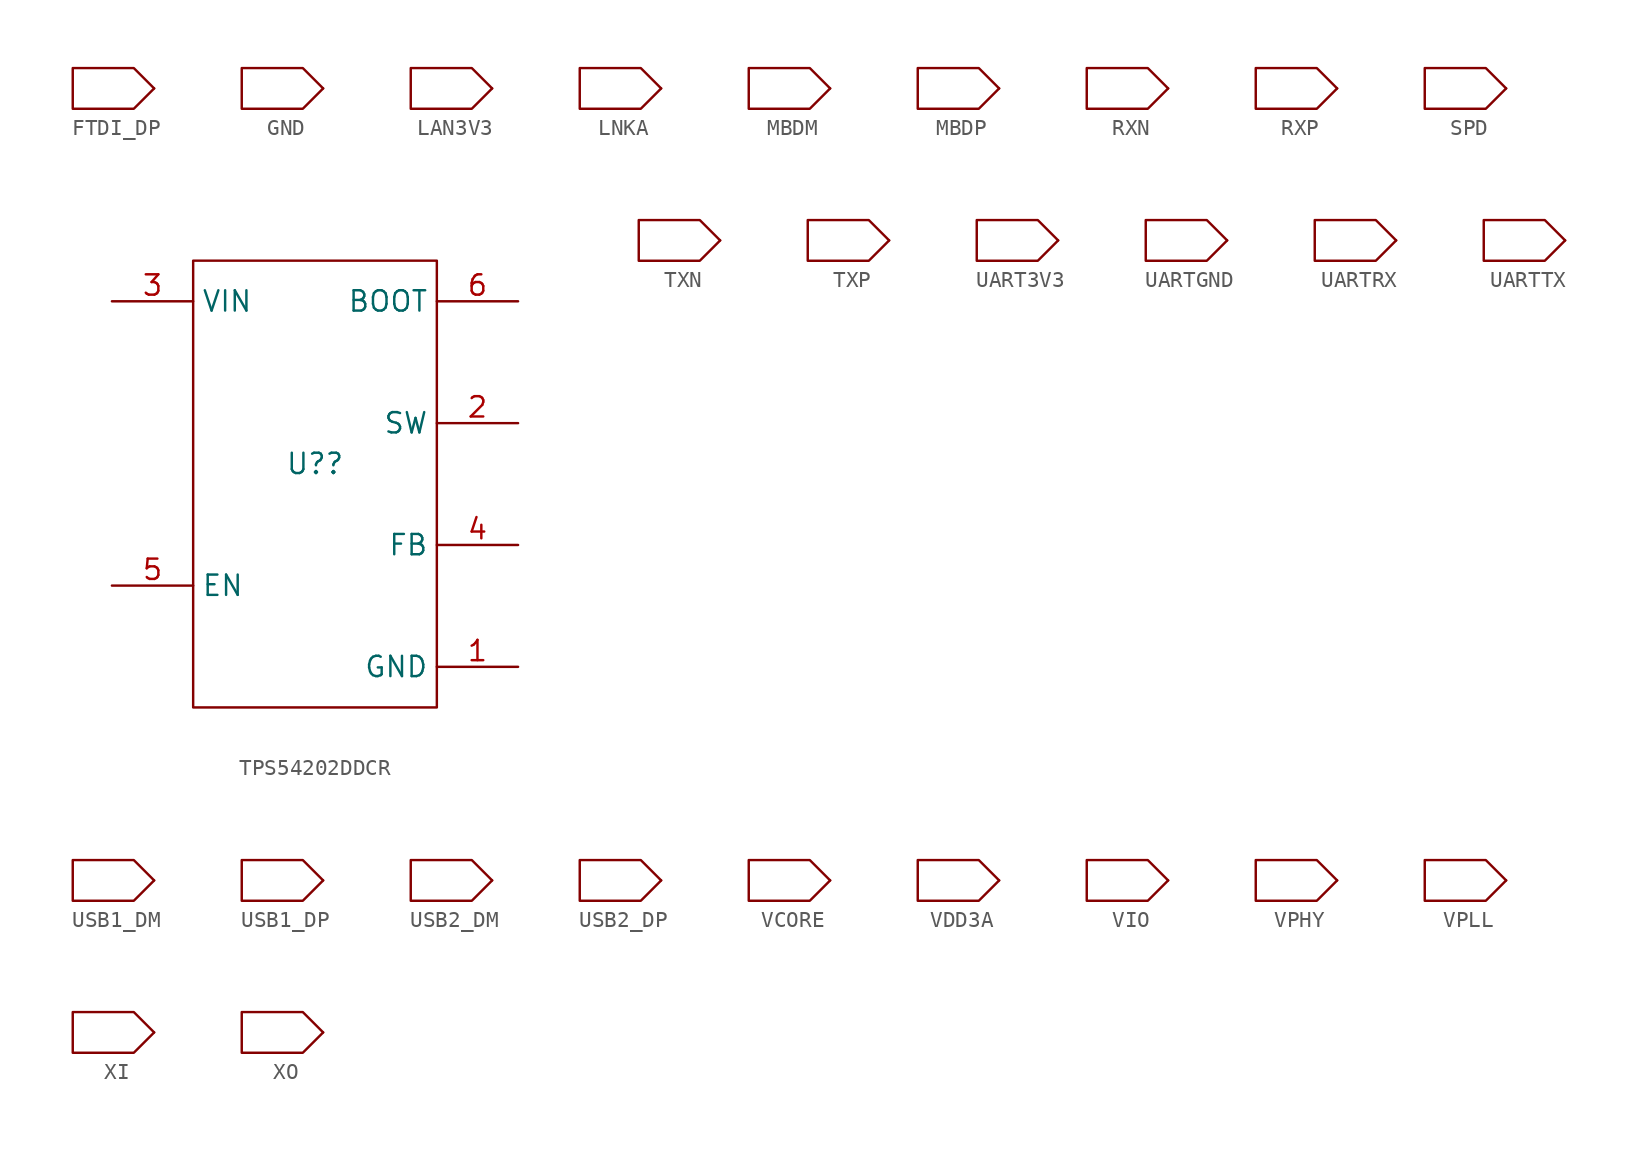
<source format=kicad_sym>
(kicad_symbol_lib
  (version 20231120)
  (generator "kicad_symbol_editor")
  (generator_version "8.0")
  (symbol "FTDI_DP"
    (power)
    (pin_numbers hide)
    (pin_names hide)
    (property "Reference" "#PWR"
      (at 0 0 0)
      (effects (font (size 1.27 1.27)) (hide yes)))
    (property "Value" ""
      (at 0 0 0)
      (effects (font (size 1.27 1.27))))
    (symbol "FTDI_DP_1_0"
      (polyline (pts (xy 0 0) (xy -1.27 -1.27) (xy -1.27 -1.27) (xy -5.08 -1.27) (xy -5.08 -1.27) (xy -5.08 1.27) (xy -5.08 1.27) (xy -1.27 1.27) (xy -1.27 1.27) (xy 0 0)) (stroke (width 0) (type default)) (fill (type none)))
      (pin input line (at 0 0 0) (length 0) (name "" (effects (font (size 0.025 0.025)))) (number "1" (effects (font (size 0 0)))))))
  (symbol "GND"
    (power)
    (pin_numbers hide)
    (pin_names hide)
    (property "Reference" "#PWR"
      (at 0 0 0)
      (effects (font (size 1.27 1.27)) (hide yes)))
    (property "Value" ""
      (at 0 0 0)
      (effects (font (size 1.27 1.27))))
    (symbol "GND_1_0"
      (polyline (pts (xy 0 0) (xy -1.27 -1.27) (xy -1.27 -1.27) (xy -5.08 -1.27) (xy -5.08 -1.27) (xy -5.08 1.27) (xy -5.08 1.27) (xy -1.27 1.27) (xy -1.27 1.27) (xy 0 0)) (stroke (width 0) (type default)) (fill (type none)))
      (pin input line (at 0 0 0) (length 0) (name "" (effects (font (size 0.025 0.025)))) (number "1" (effects (font (size 0 0)))))))
  (symbol "LAN3V3"
    (power)
    (pin_numbers hide)
    (pin_names hide)
    (property "Reference" "#PWR"
      (at 0 0 0)
      (effects (font (size 1.27 1.27)) (hide yes)))
    (property "Value" ""
      (at 0 0 0)
      (effects (font (size 1.27 1.27))))
    (symbol "LAN3V3_1_0"
      (polyline (pts (xy 0 0) (xy -1.27 -1.27) (xy -1.27 -1.27) (xy -5.08 -1.27) (xy -5.08 -1.27) (xy -5.08 1.27) (xy -5.08 1.27) (xy -1.27 1.27) (xy -1.27 1.27) (xy 0 0)) (stroke (width 0) (type default)) (fill (type none)))
      (pin input line (at 0 0 0) (length 0) (name "" (effects (font (size 0.025 0.025)))) (number "1" (effects (font (size 0 0)))))))
  (symbol "LNKA"
    (power)
    (pin_numbers hide)
    (pin_names hide)
    (property "Reference" "#PWR"
      (at 0 0 0)
      (effects (font (size 1.27 1.27)) (hide yes)))
    (property "Value" ""
      (at 0 0 0)
      (effects (font (size 1.27 1.27))))
    (symbol "LNKA_1_0"
      (polyline (pts (xy 0 0) (xy -1.27 -1.27) (xy -1.27 -1.27) (xy -5.08 -1.27) (xy -5.08 -1.27) (xy -5.08 1.27) (xy -5.08 1.27) (xy -1.27 1.27) (xy -1.27 1.27) (xy 0 0)) (stroke (width 0) (type default)) (fill (type none)))
      (pin input line (at 0 0 0) (length 0) (name "" (effects (font (size 0.025 0.025)))) (number "1" (effects (font (size 0 0)))))))
  (symbol "MBDM"
    (power)
    (pin_numbers hide)
    (pin_names hide)
    (property "Reference" "#PWR"
      (at 0 0 0)
      (effects (font (size 1.27 1.27)) (hide yes)))
    (property "Value" ""
      (at 0 0 0)
      (effects (font (size 1.27 1.27))))
    (symbol "MBDM_1_0"
      (polyline (pts (xy 0 0) (xy -1.27 -1.27) (xy -1.27 -1.27) (xy -5.08 -1.27) (xy -5.08 -1.27) (xy -5.08 1.27) (xy -5.08 1.27) (xy -1.27 1.27) (xy -1.27 1.27) (xy 0 0)) (stroke (width 0) (type default)) (fill (type none)))
      (pin input line (at 0 0 0) (length 0) (name "" (effects (font (size 0.025 0.025)))) (number "1" (effects (font (size 0 0)))))))
  (symbol "MBDP"
    (power)
    (pin_numbers hide)
    (pin_names hide)
    (property "Reference" "#PWR"
      (at 0 0 0)
      (effects (font (size 1.27 1.27)) (hide yes)))
    (property "Value" ""
      (at 0 0 0)
      (effects (font (size 1.27 1.27))))
    (symbol "MBDP_1_0"
      (polyline (pts (xy 0 0) (xy -1.27 -1.27) (xy -1.27 -1.27) (xy -5.08 -1.27) (xy -5.08 -1.27) (xy -5.08 1.27) (xy -5.08 1.27) (xy -1.27 1.27) (xy -1.27 1.27) (xy 0 0)) (stroke (width 0) (type default)) (fill (type none)))
      (pin input line (at 0 0 0) (length 0) (name "" (effects (font (size 0.025 0.025)))) (number "1" (effects (font (size 0 0)))))))
  (symbol "RXN"
    (power)
    (pin_numbers hide)
    (pin_names hide)
    (property "Reference" "#PWR"
      (at 0 0 0)
      (effects (font (size 1.27 1.27)) (hide yes)))
    (property "Value" ""
      (at 0 0 0)
      (effects (font (size 1.27 1.27))))
    (symbol "RXN_1_0"
      (polyline (pts (xy 0 0) (xy -1.27 -1.27) (xy -1.27 -1.27) (xy -5.08 -1.27) (xy -5.08 -1.27) (xy -5.08 1.27) (xy -5.08 1.27) (xy -1.27 1.27) (xy -1.27 1.27) (xy 0 0)) (stroke (width 0) (type default)) (fill (type none)))
      (pin input line (at 0 0 0) (length 0) (name "" (effects (font (size 0.025 0.025)))) (number "1" (effects (font (size 0 0)))))))
  (symbol "RXP"
    (power)
    (pin_numbers hide)
    (pin_names hide)
    (property "Reference" "#PWR"
      (at 0 0 0)
      (effects (font (size 1.27 1.27)) (hide yes)))
    (property "Value" ""
      (at 0 0 0)
      (effects (font (size 1.27 1.27))))
    (symbol "RXP_1_0"
      (polyline (pts (xy 0 0) (xy -1.27 -1.27) (xy -1.27 -1.27) (xy -5.08 -1.27) (xy -5.08 -1.27) (xy -5.08 1.27) (xy -5.08 1.27) (xy -1.27 1.27) (xy -1.27 1.27) (xy 0 0)) (stroke (width 0) (type default)) (fill (type none)))
      (pin input line (at 0 0 0) (length 0) (name "" (effects (font (size 0.025 0.025)))) (number "1" (effects (font (size 0 0)))))))
  (symbol "SPD"
    (power)
    (pin_numbers hide)
    (pin_names hide)
    (property "Reference" "#PWR"
      (at 0 0 0)
      (effects (font (size 1.27 1.27)) (hide yes)))
    (property "Value" ""
      (at 0 0 0)
      (effects (font (size 1.27 1.27))))
    (symbol "SPD_1_0"
      (polyline (pts (xy 0 0) (xy -1.27 -1.27) (xy -1.27 -1.27) (xy -5.08 -1.27) (xy -5.08 -1.27) (xy -5.08 1.27) (xy -5.08 1.27) (xy -1.27 1.27) (xy -1.27 1.27) (xy 0 0)) (stroke (width 0) (type default)) (fill (type none)))
      (pin input line (at 0 0 0) (length 0) (name "" (effects (font (size 0.025 0.025)))) (number "1" (effects (font (size 0 0)))))))
  (symbol "TPS54202DDCR"
    (property "Reference" "U?"
      (at 0 0 0)
      (effects (font (size 1.27 1.27))))
    (property "Value" ""
      (at 0 0 0)
      (effects (font (size 1.27 1.27))))
    (symbol "TPS54202DDCR_1_0"
      (rectangle (start -7.62 -15.24) (end 7.62 12.7) (stroke (width 0) (type default)) (fill (type none)))
      (pin unspecified line (at 12.7 -12.7 180) (length 5.08) (name "GND" (effects (font (size 1.27 1.27)))) (number "1" (effects (font (size 1.27 1.27)))))
      (pin unspecified line (at 12.7 2.54 180) (length 5.08) (name "SW" (effects (font (size 1.27 1.27)))) (number "2" (effects (font (size 1.27 1.27)))))
      (pin unspecified line (at -12.7 10.16 0) (length 5.08) (name "VIN" (effects (font (size 1.27 1.27)))) (number "3" (effects (font (size 1.27 1.27)))))
      (pin unspecified line (at 12.7 -5.08 180) (length 5.08) (name "FB" (effects (font (size 1.27 1.27)))) (number "4" (effects (font (size 1.27 1.27)))))
      (pin unspecified line (at -12.7 -7.62 0) (length 5.08) (name "EN" (effects (font (size 1.27 1.27)))) (number "5" (effects (font (size 1.27 1.27)))))
      (pin unspecified line (at 12.7 10.16 180) (length 5.08) (name "BOOT" (effects (font (size 1.27 1.27)))) (number "6" (effects (font (size 1.27 1.27)))))))
  (symbol "TXN"
    (power)
    (pin_numbers hide)
    (pin_names hide)
    (property "Reference" "#PWR"
      (at 0 0 0)
      (effects (font (size 1.27 1.27)) (hide yes)))
    (property "Value" ""
      (at 0 0 0)
      (effects (font (size 1.27 1.27))))
    (symbol "TXN_1_0"
      (polyline (pts (xy 0 0) (xy -1.27 -1.27) (xy -1.27 -1.27) (xy -5.08 -1.27) (xy -5.08 -1.27) (xy -5.08 1.27) (xy -5.08 1.27) (xy -1.27 1.27) (xy -1.27 1.27) (xy 0 0)) (stroke (width 0) (type default)) (fill (type none)))
      (pin input line (at 0 0 0) (length 0) (name "" (effects (font (size 0.025 0.025)))) (number "1" (effects (font (size 0 0)))))))
  (symbol "TXP"
    (power)
    (pin_numbers hide)
    (pin_names hide)
    (property "Reference" "#PWR"
      (at 0 0 0)
      (effects (font (size 1.27 1.27)) (hide yes)))
    (property "Value" ""
      (at 0 0 0)
      (effects (font (size 1.27 1.27))))
    (symbol "TXP_1_0"
      (polyline (pts (xy 0 0) (xy -1.27 -1.27) (xy -1.27 -1.27) (xy -5.08 -1.27) (xy -5.08 -1.27) (xy -5.08 1.27) (xy -5.08 1.27) (xy -1.27 1.27) (xy -1.27 1.27) (xy 0 0)) (stroke (width 0) (type default)) (fill (type none)))
      (pin input line (at 0 0 0) (length 0) (name "" (effects (font (size 0.025 0.025)))) (number "1" (effects (font (size 0 0)))))))
  (symbol "UART3V3"
    (power)
    (pin_numbers hide)
    (pin_names hide)
    (property "Reference" "#PWR"
      (at 0 0 0)
      (effects (font (size 1.27 1.27)) (hide yes)))
    (property "Value" ""
      (at 0 0 0)
      (effects (font (size 1.27 1.27))))
    (symbol "UART3V3_1_0"
      (polyline (pts (xy 0 0) (xy -1.27 -1.27) (xy -1.27 -1.27) (xy -5.08 -1.27) (xy -5.08 -1.27) (xy -5.08 1.27) (xy -5.08 1.27) (xy -1.27 1.27) (xy -1.27 1.27) (xy 0 0)) (stroke (width 0) (type default)) (fill (type none)))
      (pin input line (at 0 0 0) (length 0) (name "" (effects (font (size 0.025 0.025)))) (number "1" (effects (font (size 0 0)))))))
  (symbol "UARTGND"
    (power)
    (pin_numbers hide)
    (pin_names hide)
    (property "Reference" "#PWR"
      (at 0 0 0)
      (effects (font (size 1.27 1.27)) (hide yes)))
    (property "Value" ""
      (at 0 0 0)
      (effects (font (size 1.27 1.27))))
    (symbol "UARTGND_1_0"
      (polyline (pts (xy 0 0) (xy -1.27 -1.27) (xy -1.27 -1.27) (xy -5.08 -1.27) (xy -5.08 -1.27) (xy -5.08 1.27) (xy -5.08 1.27) (xy -1.27 1.27) (xy -1.27 1.27) (xy 0 0)) (stroke (width 0) (type default)) (fill (type none)))
      (pin input line (at 0 0 0) (length 0) (name "" (effects (font (size 0.025 0.025)))) (number "1" (effects (font (size 0 0)))))))
  (symbol "UARTRX"
    (power)
    (pin_numbers hide)
    (pin_names hide)
    (property "Reference" "#PWR"
      (at 0 0 0)
      (effects (font (size 1.27 1.27)) (hide yes)))
    (property "Value" ""
      (at 0 0 0)
      (effects (font (size 1.27 1.27))))
    (symbol "UARTRX_1_0"
      (polyline (pts (xy 0 0) (xy -1.27 -1.27) (xy -1.27 -1.27) (xy -5.08 -1.27) (xy -5.08 -1.27) (xy -5.08 1.27) (xy -5.08 1.27) (xy -1.27 1.27) (xy -1.27 1.27) (xy 0 0)) (stroke (width 0) (type default)) (fill (type none)))
      (pin input line (at 0 0 0) (length 0) (name "" (effects (font (size 0.025 0.025)))) (number "1" (effects (font (size 0 0)))))))
  (symbol "UARTTX"
    (power)
    (pin_numbers hide)
    (pin_names hide)
    (property "Reference" "#PWR"
      (at 0 0 0)
      (effects (font (size 1.27 1.27)) (hide yes)))
    (property "Value" ""
      (at 0 0 0)
      (effects (font (size 1.27 1.27))))
    (symbol "UARTTX_1_0"
      (polyline (pts (xy 0 0) (xy -1.27 -1.27) (xy -1.27 -1.27) (xy -5.08 -1.27) (xy -5.08 -1.27) (xy -5.08 1.27) (xy -5.08 1.27) (xy -1.27 1.27) (xy -1.27 1.27) (xy 0 0)) (stroke (width 0) (type default)) (fill (type none)))
      (pin input line (at 0 0 0) (length 0) (name "" (effects (font (size 0.025 0.025)))) (number "1" (effects (font (size 0 0)))))))
  (symbol "USB1_DM"
    (power)
    (pin_numbers hide)
    (pin_names hide)
    (property "Reference" "#PWR"
      (at 0 0 0)
      (effects (font (size 1.27 1.27)) (hide yes)))
    (property "Value" ""
      (at 0 0 0)
      (effects (font (size 1.27 1.27))))
    (symbol "USB1_DM_1_0"
      (polyline (pts (xy 0 0) (xy -1.27 -1.27) (xy -1.27 -1.27) (xy -5.08 -1.27) (xy -5.08 -1.27) (xy -5.08 1.27) (xy -5.08 1.27) (xy -1.27 1.27) (xy -1.27 1.27) (xy 0 0)) (stroke (width 0) (type default)) (fill (type none)))
      (pin input line (at 0 0 0) (length 0) (name "" (effects (font (size 0.025 0.025)))) (number "1" (effects (font (size 0 0)))))))
  (symbol "USB1_DP"
    (power)
    (pin_numbers hide)
    (pin_names hide)
    (property "Reference" "#PWR"
      (at 0 0 0)
      (effects (font (size 1.27 1.27)) (hide yes)))
    (property "Value" ""
      (at 0 0 0)
      (effects (font (size 1.27 1.27))))
    (symbol "USB1_DP_1_0"
      (polyline (pts (xy 0 0) (xy -1.27 -1.27) (xy -1.27 -1.27) (xy -5.08 -1.27) (xy -5.08 -1.27) (xy -5.08 1.27) (xy -5.08 1.27) (xy -1.27 1.27) (xy -1.27 1.27) (xy 0 0)) (stroke (width 0) (type default)) (fill (type none)))
      (pin input line (at 0 0 0) (length 0) (name "" (effects (font (size 0.025 0.025)))) (number "1" (effects (font (size 0 0)))))))
  (symbol "USB2_DM"
    (power)
    (pin_numbers hide)
    (pin_names hide)
    (property "Reference" "#PWR"
      (at 0 0 0)
      (effects (font (size 1.27 1.27)) (hide yes)))
    (property "Value" ""
      (at 0 0 0)
      (effects (font (size 1.27 1.27))))
    (symbol "USB2_DM_1_0"
      (polyline (pts (xy 0 0) (xy -1.27 -1.27) (xy -1.27 -1.27) (xy -5.08 -1.27) (xy -5.08 -1.27) (xy -5.08 1.27) (xy -5.08 1.27) (xy -1.27 1.27) (xy -1.27 1.27) (xy 0 0)) (stroke (width 0) (type default)) (fill (type none)))
      (pin input line (at 0 0 0) (length 0) (name "" (effects (font (size 0.025 0.025)))) (number "1" (effects (font (size 0 0)))))))
  (symbol "USB2_DP"
    (power)
    (pin_numbers hide)
    (pin_names hide)
    (property "Reference" "#PWR"
      (at 0 0 0)
      (effects (font (size 1.27 1.27)) (hide yes)))
    (property "Value" ""
      (at 0 0 0)
      (effects (font (size 1.27 1.27))))
    (symbol "USB2_DP_1_0"
      (polyline (pts (xy 0 0) (xy -1.27 -1.27) (xy -1.27 -1.27) (xy -5.08 -1.27) (xy -5.08 -1.27) (xy -5.08 1.27) (xy -5.08 1.27) (xy -1.27 1.27) (xy -1.27 1.27) (xy 0 0)) (stroke (width 0) (type default)) (fill (type none)))
      (pin input line (at 0 0 0) (length 0) (name "" (effects (font (size 0.025 0.025)))) (number "1" (effects (font (size 0 0)))))))
  (symbol "VCORE"
    (power)
    (pin_numbers hide)
    (pin_names hide)
    (property "Reference" "#PWR"
      (at 0 0 0)
      (effects (font (size 1.27 1.27)) (hide yes)))
    (property "Value" ""
      (at 0 0 0)
      (effects (font (size 1.27 1.27))))
    (symbol "VCORE_1_0"
      (polyline (pts (xy 0 0) (xy -1.27 -1.27) (xy -1.27 -1.27) (xy -5.08 -1.27) (xy -5.08 -1.27) (xy -5.08 1.27) (xy -5.08 1.27) (xy -1.27 1.27) (xy -1.27 1.27) (xy 0 0)) (stroke (width 0) (type default)) (fill (type none)))
      (pin input line (at 0 0 0) (length 0) (name "" (effects (font (size 0.025 0.025)))) (number "1" (effects (font (size 0 0)))))))
  (symbol "VDD3A"
    (power)
    (pin_numbers hide)
    (pin_names hide)
    (property "Reference" "#PWR"
      (at 0 0 0)
      (effects (font (size 1.27 1.27)) (hide yes)))
    (property "Value" ""
      (at 0 0 0)
      (effects (font (size 1.27 1.27))))
    (symbol "VDD3A_1_0"
      (polyline (pts (xy 0 0) (xy -1.27 -1.27) (xy -1.27 -1.27) (xy -5.08 -1.27) (xy -5.08 -1.27) (xy -5.08 1.27) (xy -5.08 1.27) (xy -1.27 1.27) (xy -1.27 1.27) (xy 0 0)) (stroke (width 0) (type default)) (fill (type none)))
      (pin input line (at 0 0 0) (length 0) (name "" (effects (font (size 0.025 0.025)))) (number "1" (effects (font (size 0 0)))))))
  (symbol "VIO"
    (power)
    (pin_numbers hide)
    (pin_names hide)
    (property "Reference" "#PWR"
      (at 0 0 0)
      (effects (font (size 1.27 1.27)) (hide yes)))
    (property "Value" ""
      (at 0 0 0)
      (effects (font (size 1.27 1.27))))
    (symbol "VIO_1_0"
      (polyline (pts (xy 0 0) (xy -1.27 -1.27) (xy -1.27 -1.27) (xy -5.08 -1.27) (xy -5.08 -1.27) (xy -5.08 1.27) (xy -5.08 1.27) (xy -1.27 1.27) (xy -1.27 1.27) (xy 0 0)) (stroke (width 0) (type default)) (fill (type none)))
      (pin input line (at 0 0 0) (length 0) (name "" (effects (font (size 0.025 0.025)))) (number "1" (effects (font (size 0 0)))))))
  (symbol "VPHY"
    (power)
    (pin_numbers hide)
    (pin_names hide)
    (property "Reference" "#PWR"
      (at 0 0 0)
      (effects (font (size 1.27 1.27)) (hide yes)))
    (property "Value" ""
      (at 0 0 0)
      (effects (font (size 1.27 1.27))))
    (symbol "VPHY_1_0"
      (polyline (pts (xy 0 0) (xy -1.27 -1.27) (xy -1.27 -1.27) (xy -5.08 -1.27) (xy -5.08 -1.27) (xy -5.08 1.27) (xy -5.08 1.27) (xy -1.27 1.27) (xy -1.27 1.27) (xy 0 0)) (stroke (width 0) (type default)) (fill (type none)))
      (pin input line (at 0 0 0) (length 0) (name "" (effects (font (size 0.025 0.025)))) (number "1" (effects (font (size 0 0)))))))
  (symbol "VPLL"
    (power)
    (pin_numbers hide)
    (pin_names hide)
    (property "Reference" "#PWR"
      (at 0 0 0)
      (effects (font (size 1.27 1.27)) (hide yes)))
    (property "Value" ""
      (at 0 0 0)
      (effects (font (size 1.27 1.27))))
    (symbol "VPLL_1_0"
      (polyline (pts (xy 0 0) (xy -1.27 -1.27) (xy -1.27 -1.27) (xy -5.08 -1.27) (xy -5.08 -1.27) (xy -5.08 1.27) (xy -5.08 1.27) (xy -1.27 1.27) (xy -1.27 1.27) (xy 0 0)) (stroke (width 0) (type default)) (fill (type none)))
      (pin input line (at 0 0 0) (length 0) (name "" (effects (font (size 0.025 0.025)))) (number "1" (effects (font (size 0 0)))))))
  (symbol "XI"
    (power)
    (pin_numbers hide)
    (pin_names hide)
    (property "Reference" "#PWR"
      (at 0 0 0)
      (effects (font (size 1.27 1.27)) (hide yes)))
    (property "Value" ""
      (at 0 0 0)
      (effects (font (size 1.27 1.27))))
    (symbol "XI_1_0"
      (polyline (pts (xy 0 0) (xy -1.27 -1.27) (xy -1.27 -1.27) (xy -5.08 -1.27) (xy -5.08 -1.27) (xy -5.08 1.27) (xy -5.08 1.27) (xy -1.27 1.27) (xy -1.27 1.27) (xy 0 0)) (stroke (width 0) (type default)) (fill (type none)))
      (pin input line (at 0 0 0) (length 0) (name "" (effects (font (size 0.025 0.025)))) (number "1" (effects (font (size 0 0)))))))
  (symbol "XO"
    (power)
    (pin_numbers hide)
    (pin_names hide)
    (property "Reference" "#PWR"
      (at 0 0 0)
      (effects (font (size 1.27 1.27)) (hide yes)))
    (property "Value" ""
      (at 0 0 0)
      (effects (font (size 1.27 1.27))))
    (symbol "XO_1_0"
      (polyline (pts (xy 0 0) (xy -1.27 -1.27) (xy -1.27 -1.27) (xy -5.08 -1.27) (xy -5.08 -1.27) (xy -5.08 1.27) (xy -5.08 1.27) (xy -1.27 1.27) (xy -1.27 1.27) (xy 0 0)) (stroke (width 0) (type default)) (fill (type none)))
      (pin input line (at 0 0 0) (length 0) (name "" (effects (font (size 0.025 0.025)))) (number "1" (effects (font (size 0 0))))))))
</source>
